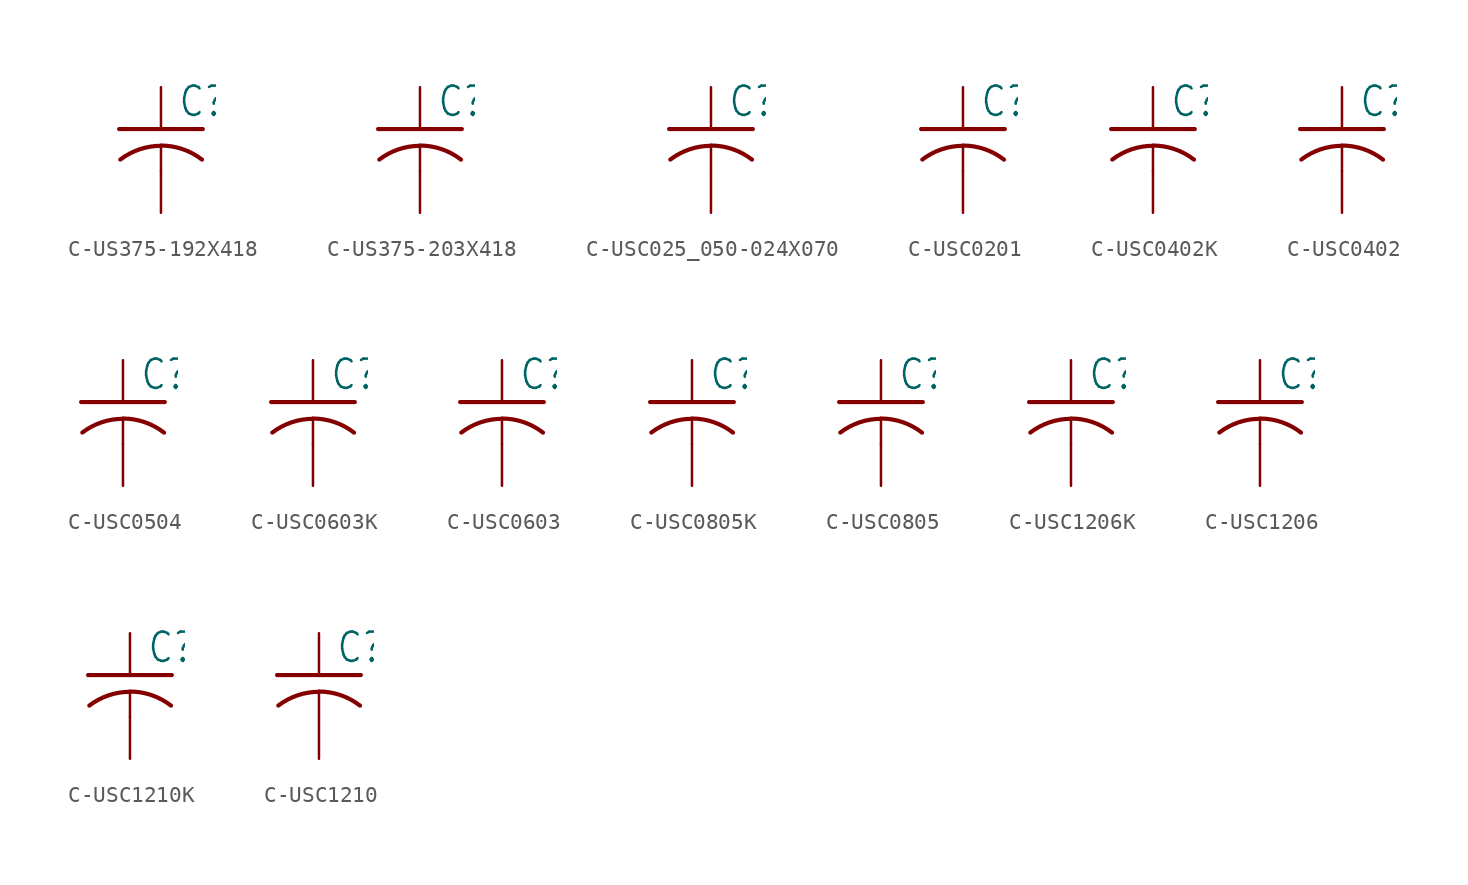
<source format=kicad_sym>
(kicad_symbol_lib
  (version 20231120)
  (generator "kicad_symbol_editor")
  (generator_version "8.0")
  (symbol "C-US375-192X418"
    (property "Reference" "C"
      (at 1.016 0.635 0)
      (effects (font (size 1.778 1.511)) (justify left bottom)))
    (property "Value" ""
      (at 1.016 -4.191 0)
      (effects (font (size 1.778 1.511)) (justify left bottom)))
    (property "ki_locked" ""
      (at 0 0 0)
      (effects (font (size 1.27 1.27))))
    (symbol "C-US375-192X418_1_0"
      (arc (start 0 -1.0161) (mid -1.302 -1.2303) (end -2.4668 -1.8504) (stroke (width 0.254) (type solid)) (fill (type none)))
      (polyline (pts (xy -2.54 0) (xy 2.54 0)) (stroke (width 0.254) (type solid)) (fill (type none)))
      (polyline (pts (xy 0 -1.016) (xy 0 -2.54)) (stroke (width 0.152) (type solid)) (fill (type none)))
      (arc (start 2.4892 -1.8541) (mid 1.3158 -1.2194) (end 0 -1) (stroke (width 0.254) (type solid)) (fill (type none)))
      (pin passive line (at 0 2.54 270) (length 2.54) (name "1" (effects (font (size 0 0)))) (number "1" (effects (font (size 0 0)))))
      (pin passive line (at 0 -5.08 90) (length 2.54) (name "2" (effects (font (size 0 0)))) (number "2" (effects (font (size 0 0)))))))
  (symbol "C-US375-203X418"
    (property "Reference" "C"
      (at 1.016 0.635 0)
      (effects (font (size 1.778 1.511)) (justify left bottom)))
    (property "Value" ""
      (at 1.016 -4.191 0)
      (effects (font (size 1.778 1.511)) (justify left bottom)))
    (property "ki_locked" ""
      (at 0 0 0)
      (effects (font (size 1.27 1.27))))
    (symbol "C-US375-203X418_1_0"
      (arc (start 0 -1.0161) (mid -1.302 -1.2303) (end -2.4668 -1.8504) (stroke (width 0.254) (type solid)) (fill (type none)))
      (polyline (pts (xy -2.54 0) (xy 2.54 0)) (stroke (width 0.254) (type solid)) (fill (type none)))
      (polyline (pts (xy 0 -1.016) (xy 0 -2.54)) (stroke (width 0.152) (type solid)) (fill (type none)))
      (arc (start 2.4892 -1.8541) (mid 1.3158 -1.2194) (end 0 -1) (stroke (width 0.254) (type solid)) (fill (type none)))
      (pin passive line (at 0 2.54 270) (length 2.54) (name "1" (effects (font (size 0 0)))) (number "1" (effects (font (size 0 0)))))
      (pin passive line (at 0 -5.08 90) (length 2.54) (name "2" (effects (font (size 0 0)))) (number "2" (effects (font (size 0 0)))))))
  (symbol "C-USC025_050-024X070"
    (property "Reference" "C"
      (at 1.016 0.635 0)
      (effects (font (size 1.778 1.511)) (justify left bottom)))
    (property "Value" ""
      (at 1.016 -4.191 0)
      (effects (font (size 1.778 1.511)) (justify left bottom)))
    (property "ki_locked" ""
      (at 0 0 0)
      (effects (font (size 1.27 1.27))))
    (symbol "C-USC025_050-024X070_1_0"
      (arc (start 0 -1.0161) (mid -1.302 -1.2303) (end -2.4668 -1.8504) (stroke (width 0.254) (type solid)) (fill (type none)))
      (polyline (pts (xy -2.54 0) (xy 2.54 0)) (stroke (width 0.254) (type solid)) (fill (type none)))
      (polyline (pts (xy 0 -1.016) (xy 0 -2.54)) (stroke (width 0.152) (type solid)) (fill (type none)))
      (arc (start 2.4892 -1.8541) (mid 1.3158 -1.2194) (end 0 -1) (stroke (width 0.254) (type solid)) (fill (type none)))
      (pin passive line (at 0 2.54 270) (length 2.54) (name "1" (effects (font (size 0 0)))) (number "1" (effects (font (size 0 0)))))
      (pin passive line (at 0 -5.08 90) (length 2.54) (name "2" (effects (font (size 0 0)))) (number "2" (effects (font (size 0 0)))))))
  (symbol "C-USC0201"
    (property "Reference" "C"
      (at 1.016 0.635 0)
      (effects (font (size 1.778 1.511)) (justify left bottom)))
    (property "Value" ""
      (at 1.016 -4.191 0)
      (effects (font (size 1.778 1.511)) (justify left bottom)))
    (property "ki_locked" ""
      (at 0 0 0)
      (effects (font (size 1.27 1.27))))
    (symbol "C-USC0201_1_0"
      (arc (start 0 -1.0161) (mid -1.302 -1.2303) (end -2.4668 -1.8504) (stroke (width 0.254) (type solid)) (fill (type none)))
      (polyline (pts (xy -2.54 0) (xy 2.54 0)) (stroke (width 0.254) (type solid)) (fill (type none)))
      (polyline (pts (xy 0 -1.016) (xy 0 -2.54)) (stroke (width 0.152) (type solid)) (fill (type none)))
      (arc (start 2.4892 -1.8541) (mid 1.3158 -1.2194) (end 0 -1) (stroke (width 0.254) (type solid)) (fill (type none)))
      (pin passive line (at 0 2.54 270) (length 2.54) (name "1" (effects (font (size 0 0)))) (number "1" (effects (font (size 0 0)))))
      (pin passive line (at 0 -5.08 90) (length 2.54) (name "2" (effects (font (size 0 0)))) (number "2" (effects (font (size 0 0)))))))
  (symbol "C-USC0402K"
    (property "Reference" "C"
      (at 1.016 0.635 0)
      (effects (font (size 1.778 1.511)) (justify left bottom)))
    (property "Value" ""
      (at 1.016 -4.191 0)
      (effects (font (size 1.778 1.511)) (justify left bottom)))
    (property "ki_locked" ""
      (at 0 0 0)
      (effects (font (size 1.27 1.27))))
    (symbol "C-USC0402K_1_0"
      (arc (start 0 -1.0161) (mid -1.302 -1.2303) (end -2.4668 -1.8504) (stroke (width 0.254) (type solid)) (fill (type none)))
      (polyline (pts (xy -2.54 0) (xy 2.54 0)) (stroke (width 0.254) (type solid)) (fill (type none)))
      (polyline (pts (xy 0 -1.016) (xy 0 -2.54)) (stroke (width 0.152) (type solid)) (fill (type none)))
      (arc (start 2.4892 -1.8541) (mid 1.3158 -1.2194) (end 0 -1) (stroke (width 0.254) (type solid)) (fill (type none)))
      (pin passive line (at 0 2.54 270) (length 2.54) (name "1" (effects (font (size 0 0)))) (number "1" (effects (font (size 0 0)))))
      (pin passive line (at 0 -5.08 90) (length 2.54) (name "2" (effects (font (size 0 0)))) (number "2" (effects (font (size 0 0)))))))
  (symbol "C-USC0402"
    (property "Reference" "C"
      (at 1.016 0.635 0)
      (effects (font (size 1.778 1.511)) (justify left bottom)))
    (property "Value" ""
      (at 1.016 -4.191 0)
      (effects (font (size 1.778 1.511)) (justify left bottom)))
    (property "ki_locked" ""
      (at 0 0 0)
      (effects (font (size 1.27 1.27))))
    (symbol "C-USC0402_1_0"
      (arc (start 0 -1.0161) (mid -1.302 -1.2303) (end -2.4668 -1.8504) (stroke (width 0.254) (type solid)) (fill (type none)))
      (polyline (pts (xy -2.54 0) (xy 2.54 0)) (stroke (width 0.254) (type solid)) (fill (type none)))
      (polyline (pts (xy 0 -1.016) (xy 0 -2.54)) (stroke (width 0.152) (type solid)) (fill (type none)))
      (arc (start 2.4892 -1.8541) (mid 1.3158 -1.2194) (end 0 -1) (stroke (width 0.254) (type solid)) (fill (type none)))
      (pin passive line (at 0 2.54 270) (length 2.54) (name "1" (effects (font (size 0 0)))) (number "1" (effects (font (size 0 0)))))
      (pin passive line (at 0 -5.08 90) (length 2.54) (name "2" (effects (font (size 0 0)))) (number "2" (effects (font (size 0 0)))))))
  (symbol "C-USC0504"
    (property "Reference" "C"
      (at 1.016 0.635 0)
      (effects (font (size 1.778 1.511)) (justify left bottom)))
    (property "Value" ""
      (at 1.016 -4.191 0)
      (effects (font (size 1.778 1.511)) (justify left bottom)))
    (property "ki_locked" ""
      (at 0 0 0)
      (effects (font (size 1.27 1.27))))
    (symbol "C-USC0504_1_0"
      (arc (start 0 -1.0161) (mid -1.302 -1.2303) (end -2.4668 -1.8504) (stroke (width 0.254) (type solid)) (fill (type none)))
      (polyline (pts (xy -2.54 0) (xy 2.54 0)) (stroke (width 0.254) (type solid)) (fill (type none)))
      (polyline (pts (xy 0 -1.016) (xy 0 -2.54)) (stroke (width 0.152) (type solid)) (fill (type none)))
      (arc (start 2.4892 -1.8541) (mid 1.3158 -1.2194) (end 0 -1) (stroke (width 0.254) (type solid)) (fill (type none)))
      (pin passive line (at 0 2.54 270) (length 2.54) (name "1" (effects (font (size 0 0)))) (number "1" (effects (font (size 0 0)))))
      (pin passive line (at 0 -5.08 90) (length 2.54) (name "2" (effects (font (size 0 0)))) (number "2" (effects (font (size 0 0)))))))
  (symbol "C-USC0603K"
    (property "Reference" "C"
      (at 1.016 0.635 0)
      (effects (font (size 1.778 1.511)) (justify left bottom)))
    (property "Value" ""
      (at 1.016 -4.191 0)
      (effects (font (size 1.778 1.511)) (justify left bottom)))
    (property "ki_locked" ""
      (at 0 0 0)
      (effects (font (size 1.27 1.27))))
    (symbol "C-USC0603K_1_0"
      (arc (start 0 -1.0161) (mid -1.302 -1.2303) (end -2.4668 -1.8504) (stroke (width 0.254) (type solid)) (fill (type none)))
      (polyline (pts (xy -2.54 0) (xy 2.54 0)) (stroke (width 0.254) (type solid)) (fill (type none)))
      (polyline (pts (xy 0 -1.016) (xy 0 -2.54)) (stroke (width 0.152) (type solid)) (fill (type none)))
      (arc (start 2.4892 -1.8541) (mid 1.3158 -1.2194) (end 0 -1) (stroke (width 0.254) (type solid)) (fill (type none)))
      (pin passive line (at 0 2.54 270) (length 2.54) (name "1" (effects (font (size 0 0)))) (number "1" (effects (font (size 0 0)))))
      (pin passive line (at 0 -5.08 90) (length 2.54) (name "2" (effects (font (size 0 0)))) (number "2" (effects (font (size 0 0)))))))
  (symbol "C-USC0603"
    (property "Reference" "C"
      (at 1.016 0.635 0)
      (effects (font (size 1.778 1.511)) (justify left bottom)))
    (property "Value" ""
      (at 1.016 -4.191 0)
      (effects (font (size 1.778 1.511)) (justify left bottom)))
    (property "ki_locked" ""
      (at 0 0 0)
      (effects (font (size 1.27 1.27))))
    (symbol "C-USC0603_1_0"
      (arc (start 0 -1.0161) (mid -1.302 -1.2303) (end -2.4668 -1.8504) (stroke (width 0.254) (type solid)) (fill (type none)))
      (polyline (pts (xy -2.54 0) (xy 2.54 0)) (stroke (width 0.254) (type solid)) (fill (type none)))
      (polyline (pts (xy 0 -1.016) (xy 0 -2.54)) (stroke (width 0.152) (type solid)) (fill (type none)))
      (arc (start 2.4892 -1.8541) (mid 1.3158 -1.2194) (end 0 -1) (stroke (width 0.254) (type solid)) (fill (type none)))
      (pin passive line (at 0 2.54 270) (length 2.54) (name "1" (effects (font (size 0 0)))) (number "1" (effects (font (size 0 0)))))
      (pin passive line (at 0 -5.08 90) (length 2.54) (name "2" (effects (font (size 0 0)))) (number "2" (effects (font (size 0 0)))))))
  (symbol "C-USC0805K"
    (property "Reference" "C"
      (at 1.016 0.635 0)
      (effects (font (size 1.778 1.511)) (justify left bottom)))
    (property "Value" ""
      (at 1.016 -4.191 0)
      (effects (font (size 1.778 1.511)) (justify left bottom)))
    (property "ki_locked" ""
      (at 0 0 0)
      (effects (font (size 1.27 1.27))))
    (symbol "C-USC0805K_1_0"
      (arc (start 0 -1.0161) (mid -1.302 -1.2303) (end -2.4668 -1.8504) (stroke (width 0.254) (type solid)) (fill (type none)))
      (polyline (pts (xy -2.54 0) (xy 2.54 0)) (stroke (width 0.254) (type solid)) (fill (type none)))
      (polyline (pts (xy 0 -1.016) (xy 0 -2.54)) (stroke (width 0.152) (type solid)) (fill (type none)))
      (arc (start 2.4892 -1.8541) (mid 1.3158 -1.2194) (end 0 -1) (stroke (width 0.254) (type solid)) (fill (type none)))
      (pin passive line (at 0 2.54 270) (length 2.54) (name "1" (effects (font (size 0 0)))) (number "1" (effects (font (size 0 0)))))
      (pin passive line (at 0 -5.08 90) (length 2.54) (name "2" (effects (font (size 0 0)))) (number "2" (effects (font (size 0 0)))))))
  (symbol "C-USC0805"
    (property "Reference" "C"
      (at 1.016 0.635 0)
      (effects (font (size 1.778 1.511)) (justify left bottom)))
    (property "Value" ""
      (at 1.016 -4.191 0)
      (effects (font (size 1.778 1.511)) (justify left bottom)))
    (property "ki_locked" ""
      (at 0 0 0)
      (effects (font (size 1.27 1.27))))
    (symbol "C-USC0805_1_0"
      (arc (start 0 -1.0161) (mid -1.302 -1.2303) (end -2.4668 -1.8504) (stroke (width 0.254) (type solid)) (fill (type none)))
      (polyline (pts (xy -2.54 0) (xy 2.54 0)) (stroke (width 0.254) (type solid)) (fill (type none)))
      (polyline (pts (xy 0 -1.016) (xy 0 -2.54)) (stroke (width 0.152) (type solid)) (fill (type none)))
      (arc (start 2.4892 -1.8541) (mid 1.3158 -1.2194) (end 0 -1) (stroke (width 0.254) (type solid)) (fill (type none)))
      (pin passive line (at 0 2.54 270) (length 2.54) (name "1" (effects (font (size 0 0)))) (number "1" (effects (font (size 0 0)))))
      (pin passive line (at 0 -5.08 90) (length 2.54) (name "2" (effects (font (size 0 0)))) (number "2" (effects (font (size 0 0)))))))
  (symbol "C-USC1206K"
    (property "Reference" "C"
      (at 1.016 0.635 0)
      (effects (font (size 1.778 1.511)) (justify left bottom)))
    (property "Value" ""
      (at 1.016 -4.191 0)
      (effects (font (size 1.778 1.511)) (justify left bottom)))
    (property "ki_locked" ""
      (at 0 0 0)
      (effects (font (size 1.27 1.27))))
    (symbol "C-USC1206K_1_0"
      (arc (start 0 -1.0161) (mid -1.302 -1.2303) (end -2.4668 -1.8504) (stroke (width 0.254) (type solid)) (fill (type none)))
      (polyline (pts (xy -2.54 0) (xy 2.54 0)) (stroke (width 0.254) (type solid)) (fill (type none)))
      (polyline (pts (xy 0 -1.016) (xy 0 -2.54)) (stroke (width 0.152) (type solid)) (fill (type none)))
      (arc (start 2.4892 -1.8541) (mid 1.3158 -1.2194) (end 0 -1) (stroke (width 0.254) (type solid)) (fill (type none)))
      (pin passive line (at 0 2.54 270) (length 2.54) (name "1" (effects (font (size 0 0)))) (number "1" (effects (font (size 0 0)))))
      (pin passive line (at 0 -5.08 90) (length 2.54) (name "2" (effects (font (size 0 0)))) (number "2" (effects (font (size 0 0)))))))
  (symbol "C-USC1206"
    (property "Reference" "C"
      (at 1.016 0.635 0)
      (effects (font (size 1.778 1.511)) (justify left bottom)))
    (property "Value" ""
      (at 1.016 -4.191 0)
      (effects (font (size 1.778 1.511)) (justify left bottom)))
    (property "ki_locked" ""
      (at 0 0 0)
      (effects (font (size 1.27 1.27))))
    (symbol "C-USC1206_1_0"
      (arc (start 0 -1.0161) (mid -1.302 -1.2303) (end -2.4668 -1.8504) (stroke (width 0.254) (type solid)) (fill (type none)))
      (polyline (pts (xy -2.54 0) (xy 2.54 0)) (stroke (width 0.254) (type solid)) (fill (type none)))
      (polyline (pts (xy 0 -1.016) (xy 0 -2.54)) (stroke (width 0.152) (type solid)) (fill (type none)))
      (arc (start 2.4892 -1.8541) (mid 1.3158 -1.2194) (end 0 -1) (stroke (width 0.254) (type solid)) (fill (type none)))
      (pin passive line (at 0 2.54 270) (length 2.54) (name "1" (effects (font (size 0 0)))) (number "1" (effects (font (size 0 0)))))
      (pin passive line (at 0 -5.08 90) (length 2.54) (name "2" (effects (font (size 0 0)))) (number "2" (effects (font (size 0 0)))))))
  (symbol "C-USC1210K"
    (property "Reference" "C"
      (at 1.016 0.635 0)
      (effects (font (size 1.778 1.511)) (justify left bottom)))
    (property "Value" ""
      (at 1.016 -4.191 0)
      (effects (font (size 1.778 1.511)) (justify left bottom)))
    (property "ki_locked" ""
      (at 0 0 0)
      (effects (font (size 1.27 1.27))))
    (symbol "C-USC1210K_1_0"
      (arc (start 0 -1.0161) (mid -1.302 -1.2303) (end -2.4668 -1.8504) (stroke (width 0.254) (type solid)) (fill (type none)))
      (polyline (pts (xy -2.54 0) (xy 2.54 0)) (stroke (width 0.254) (type solid)) (fill (type none)))
      (polyline (pts (xy 0 -1.016) (xy 0 -2.54)) (stroke (width 0.152) (type solid)) (fill (type none)))
      (arc (start 2.4892 -1.8541) (mid 1.3158 -1.2194) (end 0 -1) (stroke (width 0.254) (type solid)) (fill (type none)))
      (pin passive line (at 0 2.54 270) (length 2.54) (name "1" (effects (font (size 0 0)))) (number "1" (effects (font (size 0 0)))))
      (pin passive line (at 0 -5.08 90) (length 2.54) (name "2" (effects (font (size 0 0)))) (number "2" (effects (font (size 0 0)))))))
  (symbol "C-USC1210"
    (property "Reference" "C"
      (at 1.016 0.635 0)
      (effects (font (size 1.778 1.511)) (justify left bottom)))
    (property "Value" ""
      (at 1.016 -4.191 0)
      (effects (font (size 1.778 1.511)) (justify left bottom)))
    (property "ki_locked" ""
      (at 0 0 0)
      (effects (font (size 1.27 1.27))))
    (symbol "C-USC1210_1_0"
      (arc (start 0 -1.0161) (mid -1.302 -1.2303) (end -2.4668 -1.8504) (stroke (width 0.254) (type solid)) (fill (type none)))
      (polyline (pts (xy -2.54 0) (xy 2.54 0)) (stroke (width 0.254) (type solid)) (fill (type none)))
      (polyline (pts (xy 0 -1.016) (xy 0 -2.54)) (stroke (width 0.152) (type solid)) (fill (type none)))
      (arc (start 2.4892 -1.8541) (mid 1.3158 -1.2194) (end 0 -1) (stroke (width 0.254) (type solid)) (fill (type none)))
      (pin passive line (at 0 2.54 270) (length 2.54) (name "1" (effects (font (size 0 0)))) (number "1" (effects (font (size 0 0)))))
      (pin passive line (at 0 -5.08 90) (length 2.54) (name "2" (effects (font (size 0 0)))) (number "2" (effects (font (size 0 0))))))))
</source>
